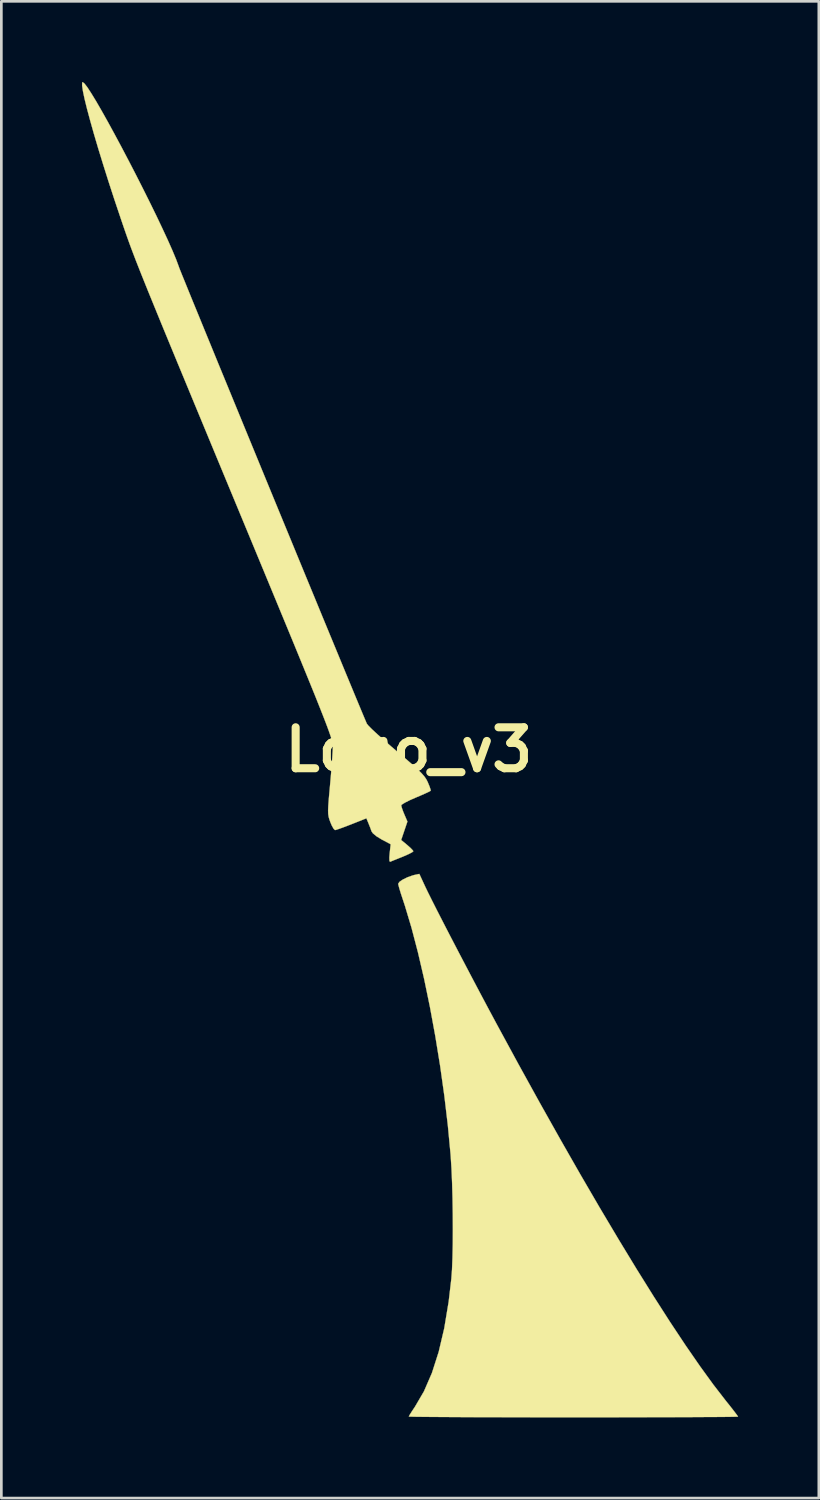
<source format=kicad_pcb>
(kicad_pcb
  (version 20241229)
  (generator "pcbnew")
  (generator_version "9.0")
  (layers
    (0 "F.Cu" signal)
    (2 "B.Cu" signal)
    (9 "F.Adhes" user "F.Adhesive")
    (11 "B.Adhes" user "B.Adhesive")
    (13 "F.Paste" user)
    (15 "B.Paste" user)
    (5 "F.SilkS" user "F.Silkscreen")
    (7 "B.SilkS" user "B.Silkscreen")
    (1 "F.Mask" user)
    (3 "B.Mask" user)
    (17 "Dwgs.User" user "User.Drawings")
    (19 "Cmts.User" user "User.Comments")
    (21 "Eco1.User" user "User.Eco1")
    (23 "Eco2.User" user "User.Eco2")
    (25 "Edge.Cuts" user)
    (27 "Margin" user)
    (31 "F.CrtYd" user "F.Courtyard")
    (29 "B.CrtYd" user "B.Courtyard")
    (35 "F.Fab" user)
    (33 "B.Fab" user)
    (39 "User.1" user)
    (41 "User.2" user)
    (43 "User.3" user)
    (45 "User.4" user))
  (footprint "Logo_v3"
    (layer "F.Cu")
    (at 12.158 24.841)
    (property "Reference" "Logo_v3" (at 0 0 0) (layer "F.SilkS") (effects (font (size 1.524 1.524) (thickness 0.3))))
    (attr through_hole)
    (fp_poly (pts (xy 0.609 5.09) (xy 0.71 5.3) (xy 0.858 5.598) (xy 1.046 5.97) (xy 1.269 6.405) (xy 1.519 6.89) (xy 1.791 7.413) (xy 2.078 7.961) (xy 2.373 8.523) (xy 2.67 9.085) (xy 2.963 9.636) (xy 3.246 10.163) (xy 3.29 10.245) (xy 4.086 11.711) (xy 4.869 13.129) (xy 5.635 14.493) (xy 6.381 15.799) (xy 7.105 17.042) (xy 7.805 18.218) (xy 8.476 19.322) (xy 9.118 20.351) (xy 9.726 21.299) (xy 10.299 22.162) (xy 10.834 22.936) (xy 11.327 23.616) (xy 11.776 24.197) (xy 11.781 24.203) (xy 11.954 24.42) (xy 12.098 24.604) (xy 12.2 24.739) (xy 12.247 24.806) (xy 12.248 24.81) (xy 12.193 24.813) (xy 12.032 24.817) (xy 11.773 24.82) (xy 11.423 24.823) (xy 10.988 24.825) (xy 10.478 24.828) (xy 9.897 24.83) (xy 9.255 24.832) (xy 8.558 24.833) (xy 7.813 24.835) (xy 7.028 24.835) (xy 6.21 24.836) (xy 6.124 24.836) (xy 5.303 24.835) (xy 4.514 24.835) (xy 3.765 24.833) (xy 3.063 24.832) (xy 2.414 24.83) (xy 1.827 24.827) (xy 1.309 24.824) (xy 0.867 24.821) (xy 0.507 24.818) (xy 0.238 24.815) (xy 0.067 24.811) (xy 0.001 24.807) (xy 0 24.807) (xy 0.03 24.749) (xy 0.107 24.625) (xy 0.217 24.46) (xy 0.227 24.446) (xy 0.565 23.867) (xy 0.86 23.187) (xy 1.111 22.405) (xy 1.319 21.521) (xy 1.483 20.533) (xy 1.583 19.675) (xy 1.608 19.332) (xy 1.625 18.897) (xy 1.636 18.394) (xy 1.639 17.843) (xy 1.636 17.266) (xy 1.627 16.686) (xy 1.611 16.123) (xy 1.589 15.6) (xy 1.56 15.138) (xy 1.553 15.042) (xy 1.452 13.972) (xy 1.322 12.873) (xy 1.166 11.762) (xy 0.986 10.656) (xy 0.787 9.573) (xy 0.571 8.529) (xy 0.341 7.541) (xy 0.102 6.627) (xy -0.145 5.803) (xy -0.224 5.563) (xy -0.299 5.336) (xy -0.357 5.144) (xy -0.39 5.017) (xy -0.395 4.986) (xy -0.346 4.914) (xy -0.219 4.828) (xy -0.045 4.743) (xy 0.145 4.676) (xy 0.21 4.659) (xy 0.392 4.62) (xy 0.609 5.09)) (stroke (width 0.01) (type solid)) (fill yes) (layer "F.SilkS"))
    (fp_poly (pts (xy -12.068 -24.786) (xy -11.959 -24.645) (xy -11.813 -24.421) (xy -11.633 -24.126) (xy -11.426 -23.768) (xy -11.196 -23.358) (xy -10.949 -22.906) (xy -10.689 -22.421) (xy -10.423 -21.914) (xy -10.154 -21.394) (xy -9.889 -20.872) (xy -9.632 -20.357) (xy -9.389 -19.86) (xy -9.165 -19.389) (xy -8.964 -18.956) (xy -8.793 -18.57) (xy -8.656 -18.241) (xy -8.559 -17.98) (xy -8.549 -17.949) (xy -8.52 -17.874) (xy -8.451 -17.701) (xy -8.344 -17.438) (xy -8.203 -17.091) (xy -8.03 -16.666) (xy -7.827 -16.172) (xy -7.599 -15.614) (xy -7.347 -15) (xy -7.075 -14.335) (xy -6.784 -13.628) (xy -6.479 -12.885) (xy -6.162 -12.113) (xy -5.835 -11.318) (xy -5.502 -10.507) (xy -5.165 -9.688) (xy -4.827 -8.867) (xy -4.49 -8.05) (xy -4.159 -7.246) (xy -3.835 -6.459) (xy -3.521 -5.699) (xy -3.221 -4.97) (xy -2.936 -4.28) (xy -2.67 -3.637) (xy -2.426 -3.045) (xy -2.206 -2.514) (xy -2.013 -2.048) (xy -1.85 -1.656) (xy -1.72 -1.344) (xy -1.625 -1.118) (xy -1.569 -0.987) (xy -1.56 -0.967) (xy -1.501 -0.894) (xy -1.368 -0.76) (xy -1.173 -0.579) (xy -0.93 -0.361) (xy -0.652 -0.119) (xy -0.461 0.044) (xy -0.124 0.329) (xy 0.137 0.556) (xy 0.333 0.734) (xy 0.476 0.876) (xy 0.577 0.992) (xy 0.648 1.095) (xy 0.701 1.196) (xy 0.706 1.208) (xy 0.773 1.371) (xy 0.812 1.488) (xy 0.816 1.526) (xy 0.76 1.558) (xy 0.622 1.623) (xy 0.425 1.71) (xy 0.259 1.78) (xy 0.034 1.879) (xy -0.144 1.969) (xy -0.256 2.039) (xy -0.282 2.07) (xy -0.261 2.156) (xy -0.208 2.305) (xy -0.167 2.404) (xy -0.052 2.672) (xy -0.284 3.358) (xy -0.057 3.546) (xy 0.071 3.66) (xy 0.153 3.748) (xy 0.169 3.778) (xy 0.121 3.817) (xy -0.008 3.884) (xy -0.191 3.965) (xy -0.239 3.985) (xy -0.44 4.065) (xy -0.6 4.13) (xy -0.691 4.167) (xy -0.699 4.17) (xy -0.721 4.132) (xy -0.724 4.004) (xy -0.712 3.854) (xy -0.674 3.517) (xy -1.011 3.338) (xy -1.202 3.221) (xy -1.337 3.108) (xy -1.386 3.037) (xy -1.435 2.9) (xy -1.5 2.737) (xy -1.501 2.734) (xy -1.577 2.551) (xy -2.129 2.77) (xy -2.364 2.861) (xy -2.561 2.933) (xy -2.698 2.979) (xy -2.744 2.99) (xy -2.796 2.942) (xy -2.866 2.818) (xy -2.918 2.695) (xy -2.956 2.59) (xy -2.982 2.495) (xy -2.998 2.392) (xy -3.002 2.261) (xy -2.995 2.084) (xy -2.977 1.842) (xy -2.948 1.517) (xy -2.928 1.298) (xy -2.896 0.933) (xy -2.868 0.583) (xy -2.846 0.274) (xy -2.831 0.029) (xy -2.825 -0.124) (xy -2.827 -0.171) (xy -2.834 -0.227) (xy -2.848 -0.297) (xy -2.872 -0.386) (xy -2.907 -0.5) (xy -2.956 -0.642) (xy -3.019 -0.817) (xy -3.1 -1.031) (xy -3.2 -1.289) (xy -3.321 -1.595) (xy -3.464 -1.954) (xy -3.633 -2.371) (xy -3.829 -2.851) (xy -4.053 -3.399) (xy -4.308 -4.02) (xy -4.596 -4.718) (xy -4.919 -5.499) (xy -5.278 -6.367) (xy -5.676 -7.328) (xy -6.114 -8.385) (xy -6.328 -8.901) (xy -6.807 -10.056) (xy -7.245 -11.112) (xy -7.643 -12.074) (xy -8.005 -12.947) (xy -8.332 -13.738) (xy -8.627 -14.45) (xy -8.891 -15.09) (xy -9.127 -15.662) (xy -9.336 -16.172) (xy -9.521 -16.625) (xy -9.685 -17.026) (xy -9.828 -17.381) (xy -9.954 -17.695) (xy -10.064 -17.973) (xy -10.161 -18.22) (xy -10.246 -18.442) (xy -10.322 -18.643) (xy -10.391 -18.83) (xy -10.455 -19.008) (xy -10.516 -19.181) (xy -10.576 -19.354) (xy -10.638 -19.534) (xy -10.703 -19.726) (xy -10.732 -19.812) (xy -10.958 -20.485) (xy -11.171 -21.14) (xy -11.369 -21.767) (xy -11.551 -22.359) (xy -11.713 -22.907) (xy -11.853 -23.404) (xy -11.97 -23.84) (xy -12.061 -24.208) (xy -12.122 -24.498) (xy -12.153 -24.704) (xy -12.151 -24.816) (xy -12.133 -24.836) (xy -12.068 -24.786)) (stroke (width 0.01) (type solid)) (fill yes) (layer "F.SilkS")))
  (gr_rect
    (start -3 -3)
    (end 27.412 52.681)
    (stroke (width 0.1) (type default))
    (fill no)
    (layer "Edge.Cuts")))
</source>
